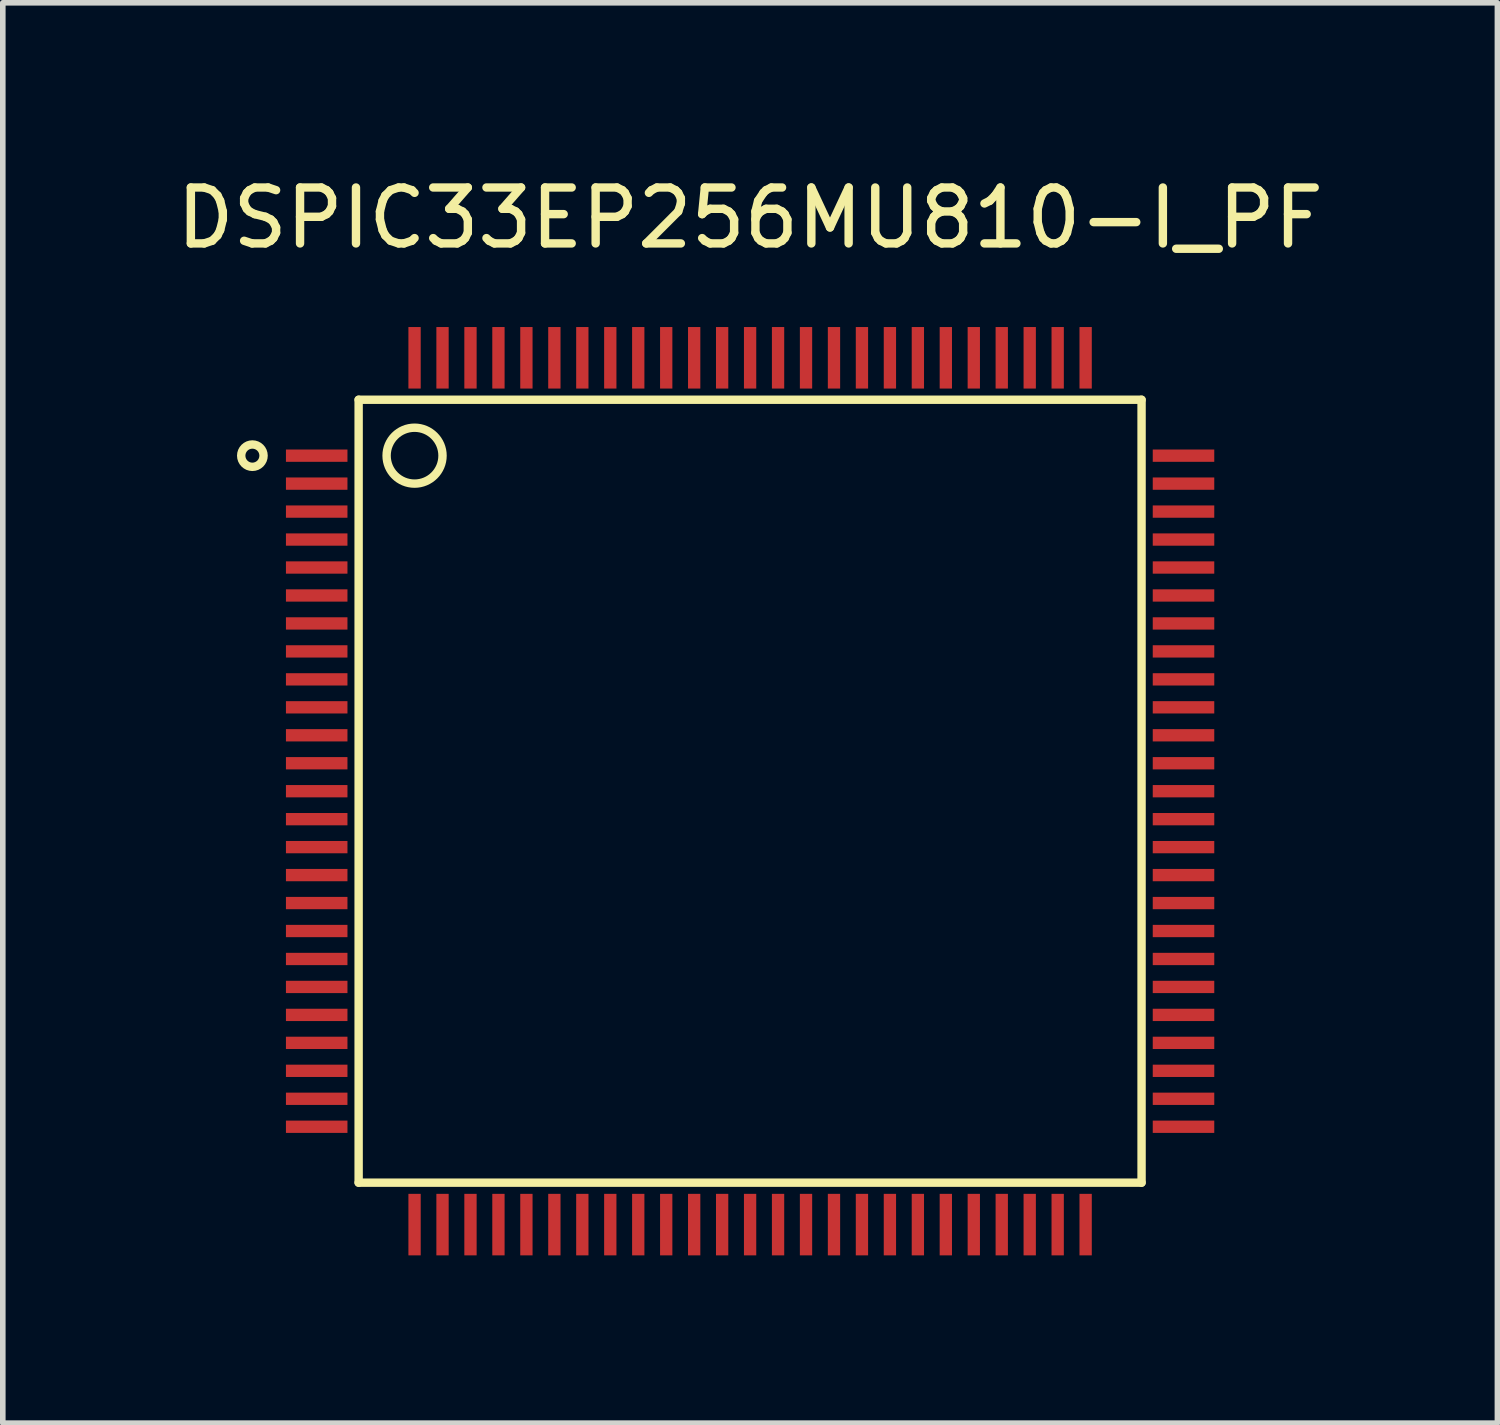
<source format=kicad_pcb>
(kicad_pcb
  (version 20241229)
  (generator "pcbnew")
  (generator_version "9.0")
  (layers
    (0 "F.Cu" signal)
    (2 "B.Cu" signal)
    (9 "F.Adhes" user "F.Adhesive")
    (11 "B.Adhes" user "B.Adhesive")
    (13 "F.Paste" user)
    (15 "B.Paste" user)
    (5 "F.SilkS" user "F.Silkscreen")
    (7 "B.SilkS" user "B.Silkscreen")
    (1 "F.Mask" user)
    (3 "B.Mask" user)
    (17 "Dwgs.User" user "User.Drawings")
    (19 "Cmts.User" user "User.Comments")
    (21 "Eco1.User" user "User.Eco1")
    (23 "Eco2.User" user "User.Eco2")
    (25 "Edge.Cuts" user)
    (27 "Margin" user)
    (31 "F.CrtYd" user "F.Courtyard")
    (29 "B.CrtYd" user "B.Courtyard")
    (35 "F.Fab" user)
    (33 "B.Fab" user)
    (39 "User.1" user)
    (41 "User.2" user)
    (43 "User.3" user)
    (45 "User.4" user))
  (footprint "DSPIC33EP256MU810-I_PF"
    (layer "F.Cu")
    (at 2.613 3.348)
    (property "Reference" "DSPIC33EP256MU810-I_PF" (at 7.75 -2.5 0) (layer "F.SilkS") (effects (font (size 1 1) (thickness 0.15))))
    (attr through_hole)
    (fp_line (start 0.75 0.75) (end 0.75 14.75) (stroke (width 0.15) (type solid)) (layer "F.SilkS"))
    (fp_line (start 0.75 0.75) (end 14.75 0.75) (stroke (width 0.15) (type solid)) (layer "F.SilkS"))
    (fp_line (start 0.75 14.75) (end 14.75 14.75) (stroke (width 0.15) (type solid)) (layer "F.SilkS"))
    (fp_line (start 14.75 14.75) (end 14.75 0.75) (stroke (width 0.15) (type solid)) (layer "F.SilkS"))
    (fp_circle (center -1.15 1.75) (end -1.15 1.55) (stroke (width 0.15) (type solid)) (fill no) (layer "F.SilkS"))
    (fp_circle (center 1.75 1.75) (end 1.75 1.25) (stroke (width 0.15) (type solid)) (fill no) (layer "F.SilkS"))
    (pad "1" smd rect (at 0 1.75) (size 1.1 0.22) (layers "F.Cu" "F.Mask" "F.Paste"))
    (pad "2" smd rect (at 0 2.25) (size 1.1 0.22) (layers "F.Cu" "F.Mask" "F.Paste"))
    (pad "3" smd rect (at 0 2.75) (size 1.1 0.22) (layers "F.Cu" "F.Mask" "F.Paste"))
    (pad "4" smd rect (at 0 3.25) (size 1.1 0.22) (layers "F.Cu" "F.Mask" "F.Paste"))
    (pad "5" smd rect (at 0 3.75) (size 1.1 0.22) (layers "F.Cu" "F.Mask" "F.Paste"))
    (pad "6" smd rect (at 0 4.25) (size 1.1 0.22) (layers "F.Cu" "F.Mask" "F.Paste"))
    (pad "7" smd rect (at 0 4.75) (size 1.1 0.22) (layers "F.Cu" "F.Mask" "F.Paste"))
    (pad "8" smd rect (at 0 5.25) (size 1.1 0.22) (layers "F.Cu" "F.Mask" "F.Paste"))
    (pad "9" smd rect (at 0 5.75) (size 1.1 0.22) (layers "F.Cu" "F.Mask" "F.Paste"))
    (pad "10" smd rect (at 0 6.25) (size 1.1 0.22) (layers "F.Cu" "F.Mask" "F.Paste"))
    (pad "11" smd rect (at 0 6.75) (size 1.1 0.22) (layers "F.Cu" "F.Mask" "F.Paste"))
    (pad "12" smd rect (at 0 7.25) (size 1.1 0.22) (layers "F.Cu" "F.Mask" "F.Paste"))
    (pad "13" smd rect (at 0 7.75) (size 1.1 0.22) (layers "F.Cu" "F.Mask" "F.Paste"))
    (pad "14" smd rect (at 0 8.25) (size 1.1 0.22) (layers "F.Cu" "F.Mask" "F.Paste"))
    (pad "15" smd rect (at 0 8.75) (size 1.1 0.22) (layers "F.Cu" "F.Mask" "F.Paste"))
    (pad "16" smd rect (at 0 9.25) (size 1.1 0.22) (layers "F.Cu" "F.Mask" "F.Paste"))
    (pad "17" smd rect (at 0 9.75) (size 1.1 0.22) (layers "F.Cu" "F.Mask" "F.Paste"))
    (pad "18" smd rect (at 0 10.25) (size 1.1 0.22) (layers "F.Cu" "F.Mask" "F.Paste"))
    (pad "19" smd rect (at 0 10.75) (size 1.1 0.22) (layers "F.Cu" "F.Mask" "F.Paste"))
    (pad "20" smd rect (at 0 11.25) (size 1.1 0.22) (layers "F.Cu" "F.Mask" "F.Paste"))
    (pad "21" smd rect (at 0 11.75) (size 1.1 0.22) (layers "F.Cu" "F.Mask" "F.Paste"))
    (pad "22" smd rect (at 0 12.25) (size 1.1 0.22) (layers "F.Cu" "F.Mask" "F.Paste"))
    (pad "23" smd rect (at 0 12.75) (size 1.1 0.22) (layers "F.Cu" "F.Mask" "F.Paste"))
    (pad "24" smd rect (at 0 13.25) (size 1.1 0.22) (layers "F.Cu" "F.Mask" "F.Paste"))
    (pad "25" smd rect (at 0 13.75) (size 1.1 0.22) (layers "F.Cu" "F.Mask" "F.Paste"))
    (pad "26" smd rect (at 1.75 15.5) (size 0.22 1.1) (layers "F.Cu" "F.Mask" "F.Paste"))
    (pad "27" smd rect (at 2.25 15.5) (size 0.22 1.1) (layers "F.Cu" "F.Mask" "F.Paste"))
    (pad "28" smd rect (at 2.75 15.5) (size 0.22 1.1) (layers "F.Cu" "F.Mask" "F.Paste"))
    (pad "29" smd rect (at 3.25 15.5) (size 0.22 1.1) (layers "F.Cu" "F.Mask" "F.Paste"))
    (pad "30" smd rect (at 3.75 15.5) (size 0.22 1.1) (layers "F.Cu" "F.Mask" "F.Paste"))
    (pad "31" smd rect (at 4.25 15.5) (size 0.22 1.1) (layers "F.Cu" "F.Mask" "F.Paste"))
    (pad "32" smd rect (at 4.75 15.5) (size 0.22 1.1) (layers "F.Cu" "F.Mask" "F.Paste"))
    (pad "33" smd rect (at 5.25 15.5) (size 0.22 1.1) (layers "F.Cu" "F.Mask" "F.Paste"))
    (pad "34" smd rect (at 5.75 15.5) (size 0.22 1.1) (layers "F.Cu" "F.Mask" "F.Paste"))
    (pad "35" smd rect (at 6.25 15.5) (size 0.22 1.1) (layers "F.Cu" "F.Mask" "F.Paste"))
    (pad "36" smd rect (at 6.75 15.5) (size 0.22 1.1) (layers "F.Cu" "F.Mask" "F.Paste"))
    (pad "37" smd rect (at 7.25 15.5) (size 0.22 1.1) (layers "F.Cu" "F.Mask" "F.Paste"))
    (pad "38" smd rect (at 7.75 15.5) (size 0.22 1.1) (layers "F.Cu" "F.Mask" "F.Paste"))
    (pad "39" smd rect (at 8.25 15.5) (size 0.22 1.1) (layers "F.Cu" "F.Mask" "F.Paste"))
    (pad "40" smd rect (at 8.75 15.5) (size 0.22 1.1) (layers "F.Cu" "F.Mask" "F.Paste"))
    (pad "41" smd rect (at 9.25 15.5) (size 0.22 1.1) (layers "F.Cu" "F.Mask" "F.Paste"))
    (pad "42" smd rect (at 9.75 15.5) (size 0.22 1.1) (layers "F.Cu" "F.Mask" "F.Paste"))
    (pad "43" smd rect (at 10.25 15.5) (size 0.22 1.1) (layers "F.Cu" "F.Mask" "F.Paste"))
    (pad "44" smd rect (at 10.75 15.5) (size 0.22 1.1) (layers "F.Cu" "F.Mask" "F.Paste"))
    (pad "45" smd rect (at 11.25 15.5) (size 0.22 1.1) (layers "F.Cu" "F.Mask" "F.Paste"))
    (pad "46" smd rect (at 11.75 15.5) (size 0.22 1.1) (layers "F.Cu" "F.Mask" "F.Paste"))
    (pad "47" smd rect (at 12.25 15.5) (size 0.22 1.1) (layers "F.Cu" "F.Mask" "F.Paste"))
    (pad "48" smd rect (at 12.75 15.5) (size 0.22 1.1) (layers "F.Cu" "F.Mask" "F.Paste"))
    (pad "49" smd rect (at 13.25 15.5) (size 0.22 1.1) (layers "F.Cu" "F.Mask" "F.Paste"))
    (pad "50" smd rect (at 13.75 15.5) (size 0.22 1.1) (layers "F.Cu" "F.Mask" "F.Paste"))
    (pad "51" smd rect (at 15.5 13.75) (size 1.1 0.22) (layers "F.Cu" "F.Mask" "F.Paste"))
    (pad "52" smd rect (at 15.5 13.25) (size 1.1 0.22) (layers "F.Cu" "F.Mask" "F.Paste"))
    (pad "53" smd rect (at 15.5 12.75) (size 1.1 0.22) (layers "F.Cu" "F.Mask" "F.Paste"))
    (pad "54" smd rect (at 15.5 12.25) (size 1.1 0.22) (layers "F.Cu" "F.Mask" "F.Paste"))
    (pad "55" smd rect (at 15.5 11.75) (size 1.1 0.22) (layers "F.Cu" "F.Mask" "F.Paste"))
    (pad "56" smd rect (at 15.5 11.25) (size 1.1 0.22) (layers "F.Cu" "F.Mask" "F.Paste"))
    (pad "57" smd rect (at 15.5 10.75) (size 1.1 0.22) (layers "F.Cu" "F.Mask" "F.Paste"))
    (pad "58" smd rect (at 15.5 10.25) (size 1.1 0.22) (layers "F.Cu" "F.Mask" "F.Paste"))
    (pad "59" smd rect (at 15.5 9.75) (size 1.1 0.22) (layers "F.Cu" "F.Mask" "F.Paste"))
    (pad "60" smd rect (at 15.5 9.25) (size 1.1 0.22) (layers "F.Cu" "F.Mask" "F.Paste"))
    (pad "61" smd rect (at 15.5 8.75) (size 1.1 0.22) (layers "F.Cu" "F.Mask" "F.Paste"))
    (pad "62" smd rect (at 15.5 8.25) (size 1.1 0.22) (layers "F.Cu" "F.Mask" "F.Paste"))
    (pad "63" smd rect (at 15.5 7.75) (size 1.1 0.22) (layers "F.Cu" "F.Mask" "F.Paste"))
    (pad "64" smd rect (at 15.5 7.25) (size 1.1 0.22) (layers "F.Cu" "F.Mask" "F.Paste"))
    (pad "65" smd rect (at 15.5 6.75) (size 1.1 0.22) (layers "F.Cu" "F.Mask" "F.Paste"))
    (pad "66" smd rect (at 15.5 6.25) (size 1.1 0.22) (layers "F.Cu" "F.Mask" "F.Paste"))
    (pad "67" smd rect (at 15.5 5.75) (size 1.1 0.22) (layers "F.Cu" "F.Mask" "F.Paste"))
    (pad "68" smd rect (at 15.5 5.25) (size 1.1 0.22) (layers "F.Cu" "F.Mask" "F.Paste"))
    (pad "69" smd rect (at 15.5 4.75) (size 1.1 0.22) (layers "F.Cu" "F.Mask" "F.Paste"))
    (pad "70" smd rect (at 15.5 4.25) (size 1.1 0.22) (layers "F.Cu" "F.Mask" "F.Paste"))
    (pad "71" smd rect (at 15.5 3.75) (size 1.1 0.22) (layers "F.Cu" "F.Mask" "F.Paste"))
    (pad "72" smd rect (at 15.5 3.25) (size 1.1 0.22) (layers "F.Cu" "F.Mask" "F.Paste"))
    (pad "73" smd rect (at 15.5 2.75) (size 1.1 0.22) (layers "F.Cu" "F.Mask" "F.Paste"))
    (pad "74" smd rect (at 15.5 2.25) (size 1.1 0.22) (layers "F.Cu" "F.Mask" "F.Paste"))
    (pad "75" smd rect (at 15.5 1.75) (size 1.1 0.22) (layers "F.Cu" "F.Mask" "F.Paste"))
    (pad "76" smd rect (at 13.75 0) (size 0.22 1.1) (layers "F.Cu" "F.Mask" "F.Paste"))
    (pad "77" smd rect (at 13.25 0) (size 0.22 1.1) (layers "F.Cu" "F.Mask" "F.Paste"))
    (pad "78" smd rect (at 12.75 0) (size 0.22 1.1) (layers "F.Cu" "F.Mask" "F.Paste"))
    (pad "79" smd rect (at 12.25 0) (size 0.22 1.1) (layers "F.Cu" "F.Mask" "F.Paste"))
    (pad "80" smd rect (at 11.75 0) (size 0.22 1.1) (layers "F.Cu" "F.Mask" "F.Paste"))
    (pad "81" smd rect (at 11.25 0) (size 0.22 1.1) (layers "F.Cu" "F.Mask" "F.Paste"))
    (pad "82" smd rect (at 10.75 0) (size 0.22 1.1) (layers "F.Cu" "F.Mask" "F.Paste"))
    (pad "83" smd rect (at 10.25 0) (size 0.22 1.1) (layers "F.Cu" "F.Mask" "F.Paste"))
    (pad "84" smd rect (at 9.75 0) (size 0.22 1.1) (layers "F.Cu" "F.Mask" "F.Paste"))
    (pad "85" smd rect (at 9.25 0) (size 0.22 1.1) (layers "F.Cu" "F.Mask" "F.Paste"))
    (pad "86" smd rect (at 8.75 0) (size 0.22 1.1) (layers "F.Cu" "F.Mask" "F.Paste"))
    (pad "87" smd rect (at 8.25 0) (size 0.22 1.1) (layers "F.Cu" "F.Mask" "F.Paste"))
    (pad "88" smd rect (at 7.75 0) (size 0.22 1.1) (layers "F.Cu" "F.Mask" "F.Paste"))
    (pad "89" smd rect (at 7.25 0) (size 0.22 1.1) (layers "F.Cu" "F.Mask" "F.Paste"))
    (pad "90" smd rect (at 6.75 0) (size 0.22 1.1) (layers "F.Cu" "F.Mask" "F.Paste"))
    (pad "91" smd rect (at 6.25 0) (size 0.22 1.1) (layers "F.Cu" "F.Mask" "F.Paste"))
    (pad "92" smd rect (at 5.75 0) (size 0.22 1.1) (layers "F.Cu" "F.Mask" "F.Paste"))
    (pad "93" smd rect (at 5.25 0) (size 0.22 1.1) (layers "F.Cu" "F.Mask" "F.Paste"))
    (pad "94" smd rect (at 4.75 0) (size 0.22 1.1) (layers "F.Cu" "F.Mask" "F.Paste"))
    (pad "95" smd rect (at 4.25 0) (size 0.22 1.1) (layers "F.Cu" "F.Mask" "F.Paste"))
    (pad "96" smd rect (at 3.75 0) (size 0.22 1.1) (layers "F.Cu" "F.Mask" "F.Paste"))
    (pad "97" smd rect (at 3.25 0) (size 0.22 1.1) (layers "F.Cu" "F.Mask" "F.Paste"))
    (pad "98" smd rect (at 2.75 0) (size 0.22 1.1) (layers "F.Cu" "F.Mask" "F.Paste"))
    (pad "99" smd rect (at 2.25 0) (size 0.22 1.1) (layers "F.Cu" "F.Mask" "F.Paste"))
    (pad "100" smd rect (at 1.75 0) (size 0.22 1.1) (layers "F.Cu" "F.Mask" "F.Paste")))
  (gr_rect
    (start -3 -3)
    (end 23.726 22.398)
    (stroke (width 0.1) (type default))
    (fill no)
    (layer "Edge.Cuts")))
</source>
